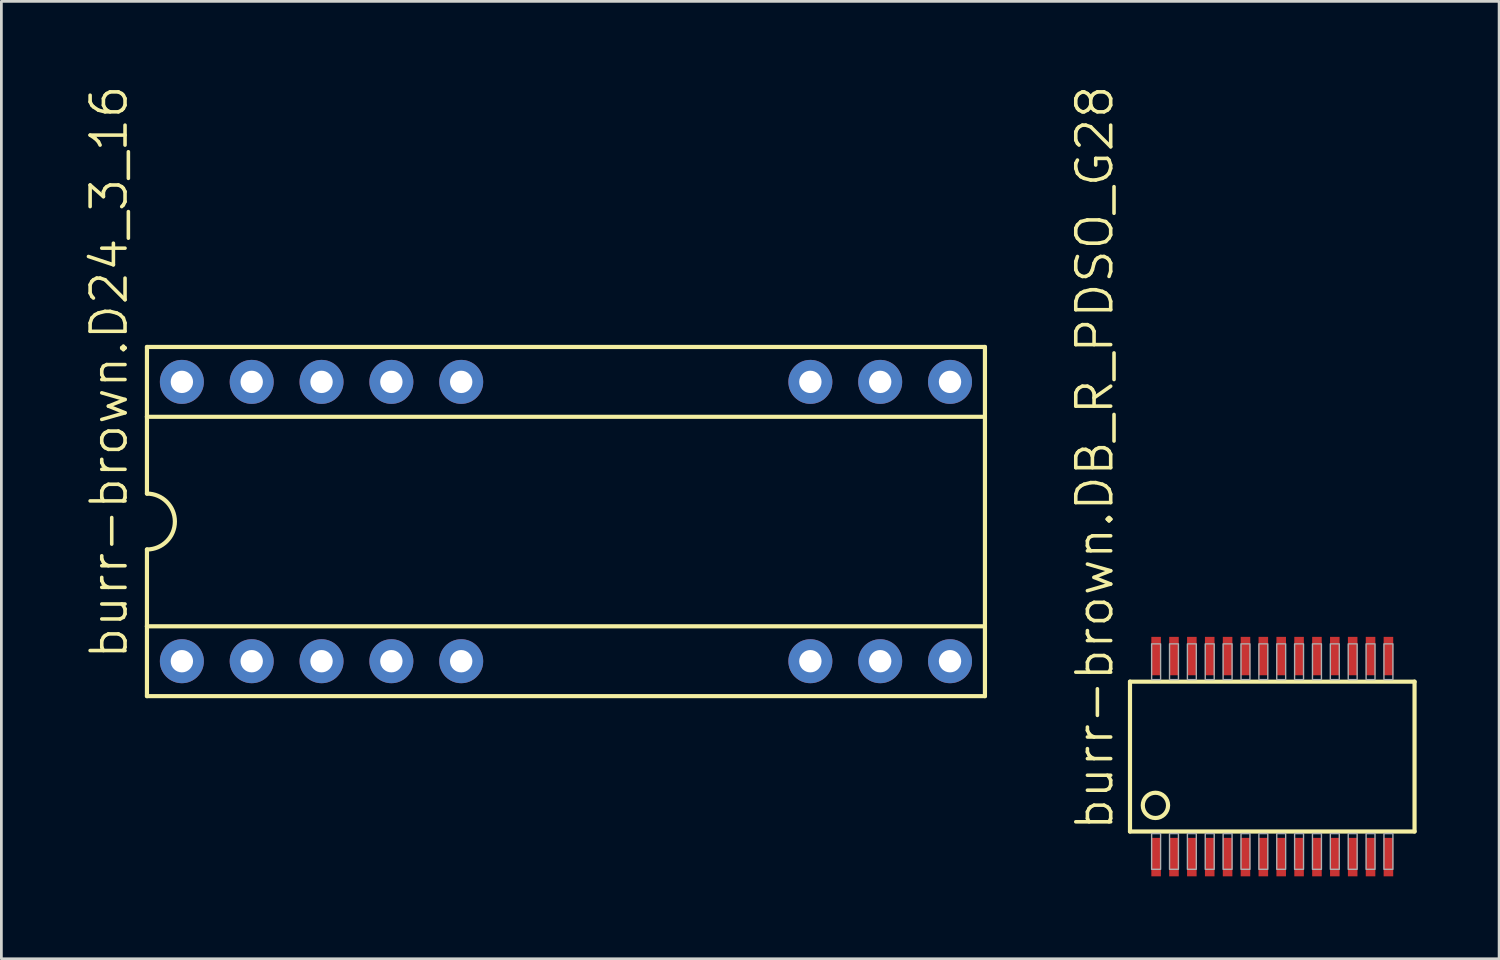
<source format=kicad_pcb>
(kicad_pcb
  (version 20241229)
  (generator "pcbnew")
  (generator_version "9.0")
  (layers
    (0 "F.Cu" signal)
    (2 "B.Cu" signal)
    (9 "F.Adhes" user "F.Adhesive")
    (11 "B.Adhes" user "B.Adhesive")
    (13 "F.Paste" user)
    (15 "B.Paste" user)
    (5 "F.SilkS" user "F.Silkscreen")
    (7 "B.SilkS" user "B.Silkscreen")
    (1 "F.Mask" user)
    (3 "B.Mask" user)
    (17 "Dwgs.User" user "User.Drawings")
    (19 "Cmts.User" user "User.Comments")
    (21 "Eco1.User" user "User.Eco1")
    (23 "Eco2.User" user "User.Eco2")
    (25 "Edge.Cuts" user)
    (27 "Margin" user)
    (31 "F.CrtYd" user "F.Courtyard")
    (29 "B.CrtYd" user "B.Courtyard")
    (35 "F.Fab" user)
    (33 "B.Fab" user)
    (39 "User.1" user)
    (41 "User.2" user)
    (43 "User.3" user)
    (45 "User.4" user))
  (footprint "burr-brown.DB_R_PDSO_G28"
    (layer "F.Cu")
    (at 43.226 24.469)
    (property "Reference" "burr-brown.DB_R_PDSO_G28" (at -5.715 2.76 90) (layer "F.SilkS") (effects (font (size 1.27 1.27) (thickness 0.13)) (justify left bottom)))
    (attr smd)
    (fp_line (start -5.175 -2.725) (end 5.175 -2.725) (stroke (width 0.152) (type default)) (layer "F.SilkS"))
    (fp_line (start -5.175 2.725) (end -5.175 -2.725) (stroke (width 0.152) (type default)) (layer "F.SilkS"))
    (fp_line (start 5.175 -2.725) (end 5.175 2.725) (stroke (width 0.152) (type default)) (layer "F.SilkS"))
    (fp_line (start 5.175 2.725) (end -5.175 2.725) (stroke (width 0.152) (type default)) (layer "F.SilkS"))
    (fp_circle (center -4.25 1.775) (end -3.79 1.775) (stroke (width 0.152) (type default)) (fill no) (layer "F.SilkS"))
    (fp_rect (start -4.388 -2.8) (end -4.062 -4.1) (stroke (width 0.05) (type default)) (fill no) (layer "F.Fab"))
    (fp_rect (start -4.388 4.1) (end -4.062 2.8) (stroke (width 0.05) (type default)) (fill no) (layer "F.Fab"))
    (fp_rect (start -3.737 -2.8) (end -3.413 -4.1) (stroke (width 0.05) (type default)) (fill no) (layer "F.Fab"))
    (fp_rect (start -3.737 4.1) (end -3.413 2.8) (stroke (width 0.05) (type default)) (fill no) (layer "F.Fab"))
    (fp_rect (start -3.087 -2.8) (end -2.763 -4.1) (stroke (width 0.05) (type default)) (fill no) (layer "F.Fab"))
    (fp_rect (start -3.087 4.1) (end -2.763 2.8) (stroke (width 0.05) (type default)) (fill no) (layer "F.Fab"))
    (fp_rect (start -2.438 -2.8) (end -2.112 -4.1) (stroke (width 0.05) (type default)) (fill no) (layer "F.Fab"))
    (fp_rect (start -2.438 4.1) (end -2.112 2.8) (stroke (width 0.05) (type default)) (fill no) (layer "F.Fab"))
    (fp_rect (start -1.788 -2.8) (end -1.462 -4.1) (stroke (width 0.05) (type default)) (fill no) (layer "F.Fab"))
    (fp_rect (start -1.788 4.1) (end -1.462 2.8) (stroke (width 0.05) (type default)) (fill no) (layer "F.Fab"))
    (fp_rect (start -1.137 -2.8) (end -0.812 -4.1) (stroke (width 0.05) (type default)) (fill no) (layer "F.Fab"))
    (fp_rect (start -1.137 4.1) (end -0.812 2.8) (stroke (width 0.05) (type default)) (fill no) (layer "F.Fab"))
    (fp_rect (start -0.487 -2.8) (end -0.163 -4.1) (stroke (width 0.05) (type default)) (fill no) (layer "F.Fab"))
    (fp_rect (start -0.487 4.1) (end -0.163 2.8) (stroke (width 0.05) (type default)) (fill no) (layer "F.Fab"))
    (fp_rect (start 0.163 -2.8) (end 0.487 -4.1) (stroke (width 0.05) (type default)) (fill no) (layer "F.Fab"))
    (fp_rect (start 0.163 4.1) (end 0.487 2.8) (stroke (width 0.05) (type default)) (fill no) (layer "F.Fab"))
    (fp_rect (start 0.812 -2.8) (end 1.137 -4.1) (stroke (width 0.05) (type default)) (fill no) (layer "F.Fab"))
    (fp_rect (start 0.812 4.1) (end 1.137 2.8) (stroke (width 0.05) (type default)) (fill no) (layer "F.Fab"))
    (fp_rect (start 1.462 -2.8) (end 1.788 -4.1) (stroke (width 0.05) (type default)) (fill no) (layer "F.Fab"))
    (fp_rect (start 1.462 4.1) (end 1.788 2.8) (stroke (width 0.05) (type default)) (fill no) (layer "F.Fab"))
    (fp_rect (start 2.112 -2.8) (end 2.438 -4.1) (stroke (width 0.05) (type default)) (fill no) (layer "F.Fab"))
    (fp_rect (start 2.112 4.1) (end 2.438 2.8) (stroke (width 0.05) (type default)) (fill no) (layer "F.Fab"))
    (fp_rect (start 2.763 -2.8) (end 3.087 -4.1) (stroke (width 0.05) (type default)) (fill no) (layer "F.Fab"))
    (fp_rect (start 2.763 4.1) (end 3.087 2.8) (stroke (width 0.05) (type default)) (fill no) (layer "F.Fab"))
    (fp_rect (start 3.413 -2.8) (end 3.737 -4.1) (stroke (width 0.05) (type default)) (fill no) (layer "F.Fab"))
    (fp_rect (start 3.413 4.1) (end 3.737 2.8) (stroke (width 0.05) (type default)) (fill no) (layer "F.Fab"))
    (fp_rect (start 4.062 -2.8) (end 4.388 -4.1) (stroke (width 0.05) (type default)) (fill no) (layer "F.Fab"))
    (fp_rect (start 4.062 4.1) (end 4.388 2.8) (stroke (width 0.05) (type default)) (fill no) (layer "F.Fab"))
    (pad "1" smd roundrect (at -4.225 3.656) (size 0.348 1.397) (layers "F.Cu" "F.Mask" "F.Paste") (roundrect_rratio 0.01))
    (pad "2" smd roundrect (at -3.575 3.656) (size 0.348 1.397) (layers "F.Cu" "F.Mask" "F.Paste") (roundrect_rratio 0.01))
    (pad "3" smd roundrect (at -2.925 3.656) (size 0.348 1.397) (layers "F.Cu" "F.Mask" "F.Paste") (roundrect_rratio 0.01))
    (pad "4" smd roundrect (at -2.275 3.656) (size 0.348 1.397) (layers "F.Cu" "F.Mask" "F.Paste") (roundrect_rratio 0.01))
    (pad "5" smd roundrect (at -1.625 3.656) (size 0.348 1.397) (layers "F.Cu" "F.Mask" "F.Paste") (roundrect_rratio 0.01))
    (pad "6" smd roundrect (at -0.975 3.656) (size 0.348 1.397) (layers "F.Cu" "F.Mask" "F.Paste") (roundrect_rratio 0.01))
    (pad "7" smd roundrect (at -0.325 3.656) (size 0.348 1.397) (layers "F.Cu" "F.Mask" "F.Paste") (roundrect_rratio 0.01))
    (pad "8" smd roundrect (at 0.325 3.656) (size 0.348 1.397) (layers "F.Cu" "F.Mask" "F.Paste") (roundrect_rratio 0.01))
    (pad "9" smd roundrect (at 0.975 3.656) (size 0.348 1.397) (layers "F.Cu" "F.Mask" "F.Paste") (roundrect_rratio 0.01))
    (pad "10" smd roundrect (at 1.625 3.656) (size 0.348 1.397) (layers "F.Cu" "F.Mask" "F.Paste") (roundrect_rratio 0.01))
    (pad "11" smd roundrect (at 2.275 3.656) (size 0.348 1.397) (layers "F.Cu" "F.Mask" "F.Paste") (roundrect_rratio 0.01))
    (pad "12" smd roundrect (at 2.925 3.656) (size 0.348 1.397) (layers "F.Cu" "F.Mask" "F.Paste") (roundrect_rratio 0.01))
    (pad "13" smd roundrect (at 3.575 3.656) (size 0.348 1.397) (layers "F.Cu" "F.Mask" "F.Paste") (roundrect_rratio 0.01))
    (pad "14" smd roundrect (at 4.225 3.656) (size 0.348 1.397) (layers "F.Cu" "F.Mask" "F.Paste") (roundrect_rratio 0.01))
    (pad "15" smd roundrect (at 4.225 -3.656) (size 0.348 1.397) (layers "F.Cu" "F.Mask" "F.Paste") (roundrect_rratio 0.01))
    (pad "16" smd roundrect (at 3.575 -3.656) (size 0.348 1.397) (layers "F.Cu" "F.Mask" "F.Paste") (roundrect_rratio 0.01))
    (pad "17" smd roundrect (at 2.925 -3.656) (size 0.348 1.397) (layers "F.Cu" "F.Mask" "F.Paste") (roundrect_rratio 0.01))
    (pad "18" smd roundrect (at 2.275 -3.656) (size 0.348 1.397) (layers "F.Cu" "F.Mask" "F.Paste") (roundrect_rratio 0.01))
    (pad "19" smd roundrect (at 1.625 -3.656) (size 0.348 1.397) (layers "F.Cu" "F.Mask" "F.Paste") (roundrect_rratio 0.01))
    (pad "20" smd roundrect (at 0.975 -3.656) (size 0.348 1.397) (layers "F.Cu" "F.Mask" "F.Paste") (roundrect_rratio 0.01))
    (pad "21" smd roundrect (at 0.325 -3.656) (size 0.348 1.397) (layers "F.Cu" "F.Mask" "F.Paste") (roundrect_rratio 0.01))
    (pad "22" smd roundrect (at -0.325 -3.656) (size 0.348 1.397) (layers "F.Cu" "F.Mask" "F.Paste") (roundrect_rratio 0.01))
    (pad "23" smd roundrect (at -0.975 -3.656) (size 0.348 1.397) (layers "F.Cu" "F.Mask" "F.Paste") (roundrect_rratio 0.01))
    (pad "24" smd roundrect (at -1.625 -3.656) (size 0.348 1.397) (layers "F.Cu" "F.Mask" "F.Paste") (roundrect_rratio 0.01))
    (pad "25" smd roundrect (at -2.275 -3.656) (size 0.348 1.397) (layers "F.Cu" "F.Mask" "F.Paste") (roundrect_rratio 0.01))
    (pad "26" smd roundrect (at -2.925 -3.656) (size 0.348 1.397) (layers "F.Cu" "F.Mask" "F.Paste") (roundrect_rratio 0.01))
    (pad "27" smd roundrect (at -3.575 -3.656) (size 0.348 1.397) (layers "F.Cu" "F.Mask" "F.Paste") (roundrect_rratio 0.01))
    (pad "28" smd roundrect (at -4.225 -3.656) (size 0.348 1.397) (layers "F.Cu" "F.Mask" "F.Paste") (roundrect_rratio 0.01)))
  (footprint "burr-brown.D24_3_16"
    (layer "F.Cu")
    (at 17.535 15.92)
    (property "Reference" "burr-brown.D24_3_16" (at -15.875 5.08 90) (layer "F.SilkS") (effects (font (size 1.27 1.27) (thickness 0.13)) (justify left bottom)))
    (attr through_hole)
    (fp_line (start -15.24 -6.35) (end -15.24 -3.81) (stroke (width 0.152) (type default)) (layer "F.SilkS"))
    (fp_line (start -15.24 -3.81) (end -15.24 -1.016) (stroke (width 0.152) (type default)) (layer "F.SilkS"))
    (fp_line (start -15.24 3.81) (end -15.24 1.016) (stroke (width 0.152) (type default)) (layer "F.SilkS"))
    (fp_line (start -15.24 3.81) (end 15.24 3.81) (stroke (width 0.152) (type default)) (layer "F.SilkS"))
    (fp_line (start -15.24 6.35) (end -15.24 3.81) (stroke (width 0.152) (type default)) (layer "F.SilkS"))
    (fp_line (start -15.24 6.35) (end 15.24 6.35) (stroke (width 0.152) (type default)) (layer "F.SilkS"))
    (fp_line (start 15.24 -6.35) (end -15.24 -6.35) (stroke (width 0.152) (type default)) (layer "F.SilkS"))
    (fp_line (start 15.24 -6.35) (end 15.24 -3.81) (stroke (width 0.152) (type default)) (layer "F.SilkS"))
    (fp_line (start 15.24 -3.81) (end -15.24 -3.81) (stroke (width 0.152) (type default)) (layer "F.SilkS"))
    (fp_line (start 15.24 -3.81) (end 15.24 3.81) (stroke (width 0.152) (type default)) (layer "F.SilkS"))
    (fp_line (start 15.24 3.81) (end 15.24 6.35) (stroke (width 0.152) (type default)) (layer "F.SilkS"))
    (fp_arc (start -15.24 -1.016) (mid -14.224 0) (end -15.24 1.016) (stroke (width 0.1524) (type default)) (layer "F.SilkS"))
    (pad "1" thru_hole circle (at -13.97 5.08) (size 1.6 1.6) (drill 0.813) (layers "*.Cu" "*.Mask"))
    (pad "2" thru_hole circle (at -11.43 5.08) (size 1.6 1.6) (drill 0.813) (layers "*.Cu" "*.Mask"))
    (pad "3" thru_hole circle (at -8.89 5.08) (size 1.6 1.6) (drill 0.813) (layers "*.Cu" "*.Mask"))
    (pad "4" thru_hole circle (at -6.35 5.08) (size 1.6 1.6) (drill 0.813) (layers "*.Cu" "*.Mask"))
    (pad "5" thru_hole circle (at -3.81 5.08) (size 1.6 1.6) (drill 0.813) (layers "*.Cu" "*.Mask"))
    (pad "10" thru_hole circle (at 8.89 5.08) (size 1.6 1.6) (drill 0.813) (layers "*.Cu" "*.Mask"))
    (pad "11" thru_hole circle (at 11.43 5.08) (size 1.6 1.6) (drill 0.813) (layers "*.Cu" "*.Mask"))
    (pad "12" thru_hole circle (at 13.97 5.08) (size 1.6 1.6) (drill 0.813) (layers "*.Cu" "*.Mask"))
    (pad "13" thru_hole circle (at 13.97 -5.08) (size 1.6 1.6) (drill 0.813) (layers "*.Cu" "*.Mask"))
    (pad "14" thru_hole circle (at 11.43 -5.08) (size 1.6 1.6) (drill 0.813) (layers "*.Cu" "*.Mask"))
    (pad "15" thru_hole circle (at 8.89 -5.08) (size 1.6 1.6) (drill 0.813) (layers "*.Cu" "*.Mask"))
    (pad "20" thru_hole circle (at -3.81 -5.08) (size 1.6 1.6) (drill 0.813) (layers "*.Cu" "*.Mask"))
    (pad "21" thru_hole circle (at -6.35 -5.08) (size 1.6 1.6) (drill 0.813) (layers "*.Cu" "*.Mask"))
    (pad "22" thru_hole circle (at -8.89 -5.08) (size 1.6 1.6) (drill 0.813) (layers "*.Cu" "*.Mask"))
    (pad "23" thru_hole circle (at -11.43 -5.08) (size 1.6 1.6) (drill 0.813) (layers "*.Cu" "*.Mask"))
    (pad "24" thru_hole circle (at -13.97 -5.08) (size 1.6 1.6) (drill 0.813) (layers "*.Cu" "*.Mask")))
  (gr_rect
    (start -3 -3)
    (end 51.477 31.824)
    (stroke (width 0.1) (type default))
    (fill no)
    (layer "Edge.Cuts")))
</source>
